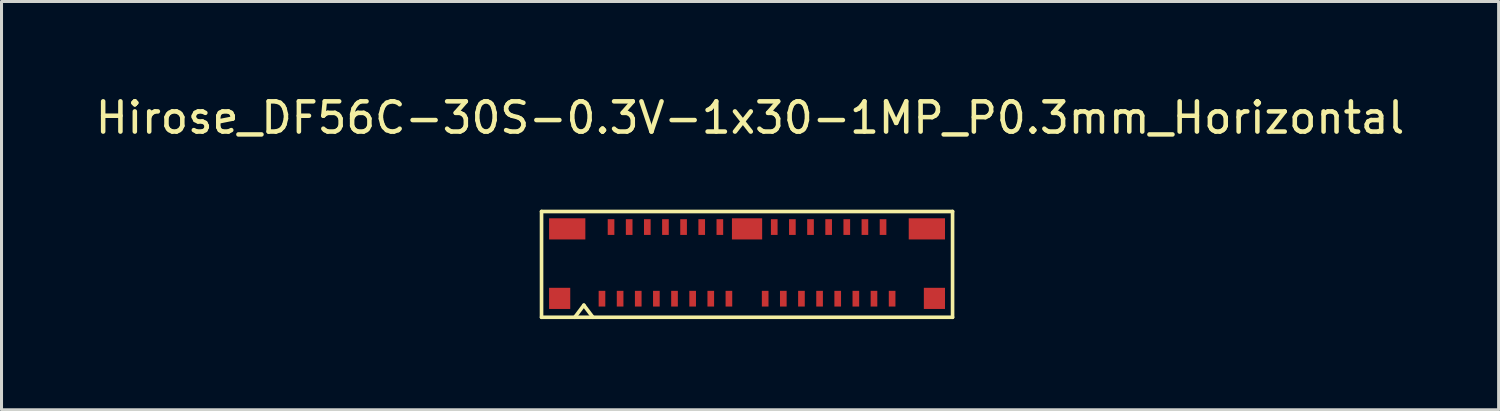
<source format=kicad_pcb>
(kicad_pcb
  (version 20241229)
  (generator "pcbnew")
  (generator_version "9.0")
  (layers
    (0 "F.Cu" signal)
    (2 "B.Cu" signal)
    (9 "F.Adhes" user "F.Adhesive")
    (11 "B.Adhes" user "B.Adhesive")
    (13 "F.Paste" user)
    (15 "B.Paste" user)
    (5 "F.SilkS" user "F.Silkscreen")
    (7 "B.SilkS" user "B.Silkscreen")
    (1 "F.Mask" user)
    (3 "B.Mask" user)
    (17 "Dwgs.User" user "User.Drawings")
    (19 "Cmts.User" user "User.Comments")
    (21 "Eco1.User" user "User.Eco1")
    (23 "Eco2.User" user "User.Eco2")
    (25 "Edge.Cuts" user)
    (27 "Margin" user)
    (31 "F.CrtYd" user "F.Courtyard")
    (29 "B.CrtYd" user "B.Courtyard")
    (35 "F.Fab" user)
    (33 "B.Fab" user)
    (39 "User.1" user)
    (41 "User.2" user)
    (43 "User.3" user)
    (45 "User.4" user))
  (footprint "Hirose_DF56C-30S-0.3V-1x30-1MP_P0.3mm_Horizontal"
    (layer "F.Cu")
    (at 21.668 5.648)
    (property "Reference" "Hirose_DF56C-30S-0.3V-1x30-1MP_P0.3mm_Horizontal" (at 0.1 -4.8 0) (layer "F.SilkS") (effects (font (size 1 1) (thickness 0.15))))
    (attr smd)
    (fp_line (start -6.8 -1.7) (end 6.8 -1.7) (stroke (width 0.12) (type solid)) (layer "F.SilkS"))
    (fp_line (start -6.8 1.8) (end -6.8 -1.7) (stroke (width 0.12) (type solid)) (layer "F.SilkS"))
    (fp_line (start -6.8 1.8) (end 6.8 1.8) (stroke (width 0.12) (type solid)) (layer "F.SilkS"))
    (fp_line (start -5.7 1.8) (end -5.4 1.4) (stroke (width 0.12) (type solid)) (layer "F.SilkS"))
    (fp_line (start -5.4 1.4) (end -5.1 1.8) (stroke (width 0.12) (type solid)) (layer "F.SilkS"))
    (fp_line (start 6.8 1.8) (end 6.8 -1.7) (stroke (width 0.12) (type solid)) (layer "F.SilkS"))
    (pad "1" smd rect (at -4.8 1.185) (size 0.22 0.52) (layers "F.Cu" "F.Mask" "F.Paste"))
    (pad "2" smd rect (at -4.5 -1.185) (size 0.22 0.52) (layers "F.Cu" "F.Mask" "F.Paste"))
    (pad "3" smd rect (at -4.2 1.185) (size 0.22 0.52) (layers "F.Cu" "F.Mask" "F.Paste"))
    (pad "4" smd rect (at -3.9 -1.185) (size 0.22 0.52) (layers "F.Cu" "F.Mask" "F.Paste"))
    (pad "5" smd rect (at -3.6 1.185) (size 0.22 0.52) (layers "F.Cu" "F.Mask" "F.Paste"))
    (pad "6" smd rect (at -3.3 -1.185) (size 0.22 0.52) (layers "F.Cu" "F.Mask" "F.Paste"))
    (pad "7" smd rect (at -3 1.185) (size 0.22 0.52) (layers "F.Cu" "F.Mask" "F.Paste"))
    (pad "8" smd rect (at -2.7 -1.185) (size 0.22 0.52) (layers "F.Cu" "F.Mask" "F.Paste"))
    (pad "9" smd rect (at -2.4 1.185) (size 0.22 0.52) (layers "F.Cu" "F.Mask" "F.Paste"))
    (pad "10" smd rect (at -2.1 -1.185) (size 0.22 0.52) (layers "F.Cu" "F.Mask" "F.Paste"))
    (pad "11" smd rect (at -1.8 1.185) (size 0.22 0.52) (layers "F.Cu" "F.Mask" "F.Paste"))
    (pad "12" smd rect (at -1.5 -1.185) (size 0.22 0.52) (layers "F.Cu" "F.Mask" "F.Paste"))
    (pad "13" smd rect (at -1.2 1.185) (size 0.22 0.52) (layers "F.Cu" "F.Mask" "F.Paste"))
    (pad "14" smd rect (at -0.9 -1.185) (size 0.22 0.52) (layers "F.Cu" "F.Mask" "F.Paste"))
    (pad "15" smd rect (at -0.6 1.185) (size 0.22 0.52) (layers "F.Cu" "F.Mask" "F.Paste"))
    (pad "16" smd rect (at 0.6 1.185) (size 0.22 0.52) (layers "F.Cu" "F.Mask" "F.Paste"))
    (pad "17" smd rect (at 0.9 -1.185) (size 0.22 0.52) (layers "F.Cu" "F.Mask" "F.Paste"))
    (pad "18" smd rect (at 1.2 1.185) (size 0.22 0.52) (layers "F.Cu" "F.Mask" "F.Paste"))
    (pad "19" smd rect (at 1.5 -1.185) (size 0.22 0.52) (layers "F.Cu" "F.Mask" "F.Paste"))
    (pad "20" smd rect (at 1.8 1.185) (size 0.22 0.52) (layers "F.Cu" "F.Mask" "F.Paste"))
    (pad "21" smd rect (at 2.1 -1.185) (size 0.22 0.52) (layers "F.Cu" "F.Mask" "F.Paste"))
    (pad "22" smd rect (at 2.4 1.185) (size 0.22 0.52) (layers "F.Cu" "F.Mask" "F.Paste"))
    (pad "23" smd rect (at 2.7 -1.185) (size 0.22 0.52) (layers "F.Cu" "F.Mask" "F.Paste"))
    (pad "24" smd rect (at 3 1.185) (size 0.22 0.52) (layers "F.Cu" "F.Mask" "F.Paste"))
    (pad "25" smd rect (at 3.3 -1.185) (size 0.22 0.52) (layers "F.Cu" "F.Mask" "F.Paste"))
    (pad "26" smd rect (at 3.6 1.185) (size 0.22 0.52) (layers "F.Cu" "F.Mask" "F.Paste"))
    (pad "27" smd rect (at 3.9 -1.185) (size 0.22 0.52) (layers "F.Cu" "F.Mask" "F.Paste"))
    (pad "28" smd rect (at 4.2 1.185) (size 0.22 0.52) (layers "F.Cu" "F.Mask" "F.Paste"))
    (pad "29" smd rect (at 4.5 -1.185) (size 0.22 0.52) (layers "F.Cu" "F.Mask" "F.Paste"))
    (pad "30" smd rect (at 4.8 1.185) (size 0.22 0.52) (layers "F.Cu" "F.Mask" "F.Paste"))
    (pad "SH" smd rect (at -6.2 1.175 180) (size 0.7 0.7) (layers "F.Cu" "F.Mask" "F.Paste"))
    (pad "SH" smd rect (at -5.95 -1.125 180) (size 1.2 0.7) (layers "F.Cu" "F.Mask" "F.Paste"))
    (pad "SH" smd rect (at 0 -1.125) (size 1 0.7) (layers "F.Cu" "F.Mask" "F.Paste"))
    (pad "SH" smd rect (at 5.95 -1.125) (size 1.2 0.7) (layers "F.Cu" "F.Mask" "F.Paste"))
    (pad "SH" smd rect (at 6.2 1.175) (size 0.7 0.7) (layers "F.Cu" "F.Mask" "F.Paste")))
  (gr_rect
    (start -3 -3)
    (end 46.536 10.508)
    (stroke (width 0.1) (type default))
    (fill no)
    (layer "Edge.Cuts")))
</source>
